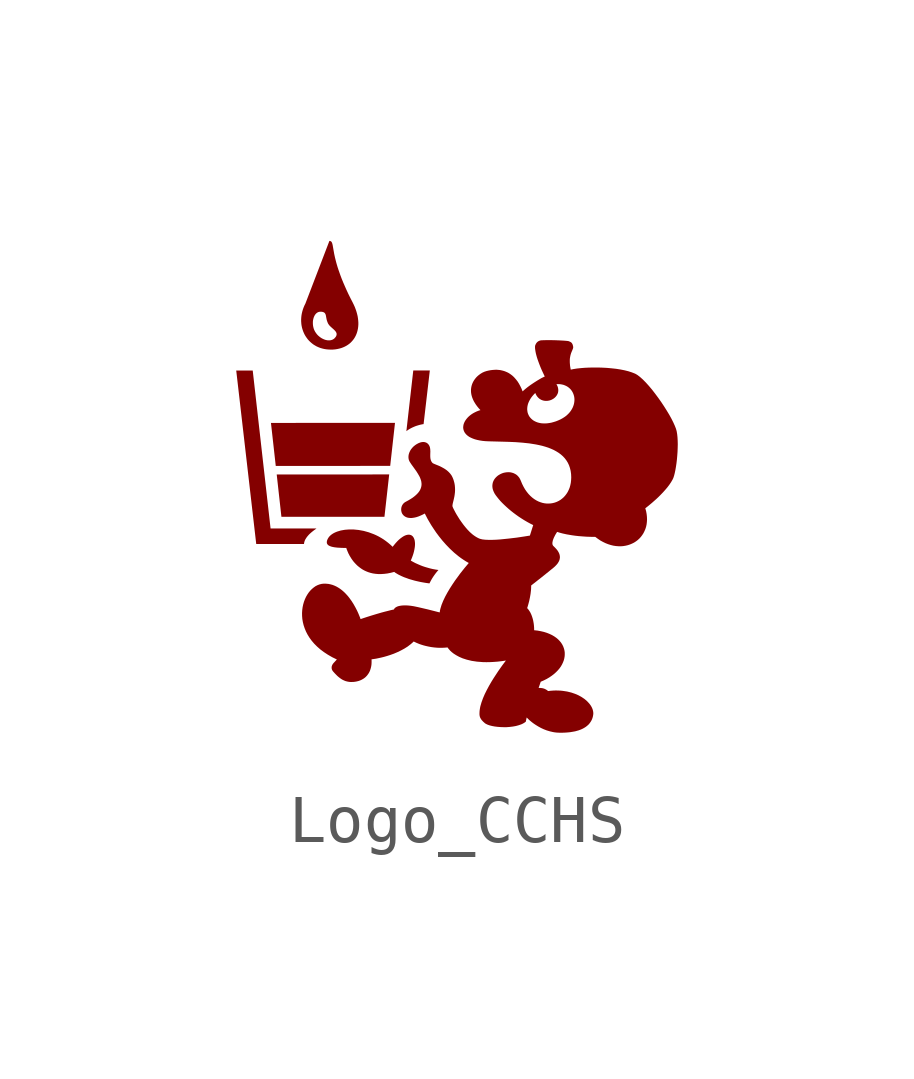
<source format=kicad_sym>
(kicad_symbol_lib
  (version 20241209)
  (generator "kicad_symbol_editor")
  (generator_version "9.0")
  (symbol "Logo_CCHS"
    (property "Reference" "G"
      (at 0 -7.62 0)
      (effects (font (size 1.27 1.27)) (hide yes)))
    (property "Value" ""
      (at 0 0 0)
      (effects (font (size 1.27 1.27))))
    (symbol "Logo_CCHS_1_0"
      (polyline (pts (xy -4.358 2.525) (xy -3.986 -0.768) (xy -3.029 -0.768) (xy -3.054 -0.786) (xy -3.079 -0.804) (xy -3.103 -0.823) (xy -3.127 -0.842) (xy -3.149 -0.861) (xy -3.17 -0.88) (xy -3.19 -0.9) (xy -3.208 -0.921) (xy -3.225 -0.941) (xy -3.24 -0.962) (xy -3.253 -0.983) (xy -3.26 -0.993) (xy -3.265 -1.004) (xy -3.27 -1.014) (xy -3.274 -1.025) (xy -3.278 -1.036) (xy -3.282 -1.047) (xy -3.284 -1.058) (xy -3.287 -1.069) (xy -3.288 -1.079) (xy -3.289 -1.091) (xy -4.285 -1.091) (xy -4.702 2.525) (xy -4.358 2.525) (xy -4.358 2.525)) (stroke (width -0.0001) (type solid)) (fill (type outline)))
      (polyline (pts (xy -2.748 5.226) (xy -2.737 5.223) (xy -2.733 5.221) (xy -2.728 5.218) (xy -2.72 5.212) (xy -2.714 5.204) (xy -2.708 5.194) (xy -2.703 5.181) (xy -2.698 5.166) (xy -2.694 5.149) (xy -2.69 5.13) (xy -2.682 5.084) (xy -2.672 5.027) (xy -2.66 4.959) (xy -2.652 4.921) (xy -2.643 4.88) (xy -2.632 4.836) (xy -2.62 4.788) (xy -2.606 4.738) (xy -2.59 4.684) (xy -2.571 4.626) (xy -2.55 4.566) (xy -2.527 4.501) (xy -2.501 4.433) (xy -2.472 4.362) (xy -2.439 4.286) (xy -2.404 4.207) (xy -2.365 4.123) (xy -2.322 4.036) (xy -2.275 3.945) (xy -2.251 3.896) (xy -2.229 3.847) (xy -2.211 3.799) (xy -2.195 3.751) (xy -2.182 3.704) (xy -2.171 3.658) (xy -2.164 3.613) (xy -2.159 3.568) (xy -2.156 3.525) (xy -2.156 3.483) (xy -2.159 3.442) (xy -2.164 3.402) (xy -2.172 3.363) (xy -2.182 3.325) (xy -2.194 3.29) (xy -2.209 3.255) (xy -2.226 3.222) (xy -2.245 3.191) (xy -2.267 3.161) (xy -2.291 3.133) (xy -2.316 3.107) (xy -2.344 3.083) (xy -2.374 3.061) (xy -2.406 3.041) (xy -2.44 3.023) (xy -2.476 3.007) (xy -2.514 2.993) (xy -2.554 2.982) (xy -2.595 2.973) (xy -2.639 2.966) (xy -2.684 2.962) (xy -2.731 2.961) (xy -2.777 2.963) (xy -2.823 2.967) (xy -2.867 2.974) (xy -2.909 2.984) (xy -2.95 2.996) (xy -2.988 3.011) (xy -3.026 3.028) (xy -3.061 3.048) (xy -3.095 3.069) (xy -3.126 3.093) (xy -3.156 3.119) (xy -3.184 3.146) (xy -3.21 3.175) (xy -3.233 3.206) (xy -3.255 3.238) (xy -3.275 3.272) (xy -3.292 3.307) (xy -3.307 3.343) (xy -3.32 3.381) (xy -3.331 3.419) (xy -3.339 3.458) (xy -3.345 3.498) (xy -3.346 3.52) (xy -3.104 3.52) (xy -3.104 3.502) (xy -3.103 3.485) (xy -3.101 3.467) (xy -3.099 3.45) (xy -3.095 3.433) (xy -3.091 3.415) (xy -3.086 3.398) (xy -3.08 3.381) (xy -3.073 3.365) (xy -3.065 3.349) (xy -3.057 3.334) (xy -3.047 3.319) (xy -3.037 3.304) (xy -3.027 3.291) (xy -3.016 3.277) (xy -3.004 3.264) (xy -2.992 3.252) (xy -2.979 3.241) (xy -2.966 3.23) (xy -2.953 3.22) (xy -2.939 3.21) (xy -2.925 3.201) (xy -2.911 3.193) (xy -2.897 3.186) (xy -2.882 3.179) (xy -2.868 3.173) (xy -2.853 3.168) (xy -2.839 3.163) (xy -2.824 3.16) (xy -2.81 3.157) (xy -2.795 3.155) (xy -2.781 3.154) (xy -2.767 3.154) (xy -2.753 3.154) (xy -2.74 3.156) (xy -2.727 3.158) (xy -2.714 3.162) (xy -2.702 3.166) (xy -2.69 3.171) (xy -2.678 3.178) (xy -2.667 3.185) (xy -2.657 3.193) (xy -2.648 3.203) (xy -2.637 3.215) (xy -2.628 3.227) (xy -2.621 3.238) (xy -2.616 3.249) (xy -2.612 3.26) (xy -2.61 3.271) (xy -2.609 3.281) (xy -2.609 3.291) (xy -2.611 3.3) (xy -2.614 3.309) (xy -2.618 3.319) (xy -2.622 3.328) (xy -2.628 3.336) (xy -2.635 3.345) (xy -2.642 3.354) (xy -2.65 3.362) (xy -2.667 3.379) (xy -2.686 3.396) (xy -2.724 3.43) (xy -2.743 3.448) (xy -2.752 3.457) (xy -2.76 3.466) (xy -2.768 3.476) (xy -2.775 3.486) (xy -2.782 3.496) (xy -2.788 3.506) (xy -2.794 3.519) (xy -2.799 3.532) (xy -2.808 3.556) (xy -2.815 3.579) (xy -2.82 3.602) (xy -2.828 3.643) (xy -2.831 3.662) (xy -2.835 3.68) (xy -2.84 3.695) (xy -2.843 3.703) (xy -2.847 3.709) (xy -2.851 3.716) (xy -2.855 3.722) (xy -2.861 3.727) (xy -2.866 3.732) (xy -2.873 3.736) (xy -2.88 3.74) (xy -2.889 3.743) (xy -2.898 3.746) (xy -2.908 3.748) (xy -2.92 3.75) (xy -2.932 3.751) (xy -2.946 3.751) (xy -2.96 3.75) (xy -2.973 3.748) (xy -2.986 3.745) (xy -2.998 3.74) (xy -3.01 3.734) (xy -3.021 3.726) (xy -3.031 3.718) (xy -3.041 3.709) (xy -3.05 3.698) (xy -3.058 3.687) (xy -3.066 3.675) (xy -3.073 3.662) (xy -3.079 3.648) (xy -3.085 3.634) (xy -3.09 3.619) (xy -3.094 3.603) (xy -3.098 3.587) (xy -3.101 3.571) (xy -3.103 3.554) (xy -3.104 3.537) (xy -3.104 3.52) (xy -3.346 3.52) (xy -3.348 3.539) (xy -3.349 3.581) (xy -3.347 3.623) (xy -3.343 3.665) (xy -3.336 3.708) (xy -3.326 3.751) (xy -3.314 3.793) (xy -3.299 3.836) (xy -3.281 3.879) (xy -3.26 3.921) (xy -2.76 5.226) (xy -2.748 5.226)) (stroke (width -0.0001) (type solid)) (fill (type outline)))
      (polyline (pts (xy -2.25 -0.789) (xy -2.15 -0.799) (xy -2.046 -0.818) (xy -1.941 -0.847) (xy -1.836 -0.886) (xy -1.784 -0.909) (xy -1.732 -0.935) (xy -1.681 -0.964) (xy -1.631 -0.995) (xy -1.582 -1.03) (xy -1.534 -1.067) (xy -1.487 -1.107) (xy -1.441 -1.15) (xy -1.409 -1.109) (xy -1.377 -1.071) (xy -1.346 -1.037) (xy -1.316 -1.007) (xy -1.286 -0.981) (xy -1.257 -0.959) (xy -1.23 -0.94) (xy -1.203 -0.924) (xy -1.177 -0.912) (xy -1.153 -0.904) (xy -1.129 -0.899) (xy -1.107 -0.897) (xy -1.087 -0.898) (xy -1.068 -0.903) (xy -1.05 -0.91) (xy -1.035 -0.921) (xy -1.02 -0.934) (xy -1.008 -0.951) (xy -0.998 -0.97) (xy -0.989 -0.991) (xy -0.982 -1.016) (xy -0.978 -1.043) (xy -0.975 -1.072) (xy -0.975 -1.104) (xy -0.977 -1.138) (xy -0.982 -1.175) (xy -0.989 -1.213) (xy -0.998 -1.254) (xy -1.01 -1.297) (xy -1.025 -1.342) (xy -1.043 -1.389) (xy -1.063 -1.437) (xy -1.019 -1.462) (xy -0.968 -1.489) (xy -0.898 -1.52) (xy -0.858 -1.537) (xy -0.814 -1.554) (xy -0.766 -1.57) (xy -0.715 -1.585) (xy -0.662 -1.6) (xy -0.606 -1.613) (xy -0.547 -1.624) (xy -0.486 -1.633) (xy -0.504 -1.653) (xy -0.523 -1.676) (xy -0.549 -1.709) (xy -0.578 -1.749) (xy -0.594 -1.772) (xy -0.61 -1.797) (xy -0.626 -1.823) (xy -0.642 -1.852) (xy -0.658 -1.882) (xy -0.674 -1.913) (xy -0.724 -1.906) (xy -0.771 -1.899) (xy -0.816 -1.891) (xy -0.86 -1.883) (xy -0.901 -1.874) (xy -0.941 -1.865) (xy -0.979 -1.856) (xy -1.015 -1.846) (xy -1.049 -1.836) (xy -1.081 -1.827) (xy -1.112 -1.817) (xy -1.141 -1.806) (xy -1.169 -1.796) (xy -1.195 -1.787) (xy -1.219 -1.777) (xy -1.242 -1.767) (xy -1.262 -1.758) (xy -1.282 -1.748) (xy -1.317 -1.731) (xy -1.345 -1.715) (xy -1.368 -1.701) (xy -1.386 -1.69) (xy -1.398 -1.681) (xy -1.407 -1.673) (xy -1.481 -1.692) (xy -1.551 -1.706) (xy -1.618 -1.714) (xy -1.681 -1.718) (xy -1.742 -1.718) (xy -1.799 -1.713) (xy -1.853 -1.705) (xy -1.903 -1.693) (xy -1.951 -1.678) (xy -1.996 -1.66) (xy -2.038 -1.64) (xy -2.078 -1.617) (xy -2.114 -1.592) (xy -2.148 -1.566) (xy -2.18 -1.539) (xy -2.209 -1.51) (xy -2.236 -1.481) (xy -2.261 -1.452) (xy -2.283 -1.422) (xy -2.303 -1.393) (xy -2.338 -1.336) (xy -2.365 -1.284) (xy -2.384 -1.239) (xy -2.398 -1.204) (xy -2.408 -1.173) (xy -2.471 -1.173) (xy -2.501 -1.172) (xy -2.529 -1.171) (xy -2.555 -1.169) (xy -2.581 -1.168) (xy -2.604 -1.166) (xy -2.627 -1.163) (xy -2.648 -1.161) (xy -2.668 -1.157) (xy -2.686 -1.154) (xy -2.703 -1.15) (xy -2.719 -1.146) (xy -2.733 -1.141) (xy -2.746 -1.136) (xy -2.758 -1.131) (xy -2.769 -1.125) (xy -2.779 -1.119) (xy -2.787 -1.113) (xy -2.794 -1.106) (xy -2.8 -1.098) (xy -2.805 -1.091) (xy -2.809 -1.082) (xy -2.812 -1.074) (xy -2.813 -1.065) (xy -2.814 -1.055) (xy -2.813 -1.046) (xy -2.812 -1.035) (xy -2.81 -1.024) (xy -2.806 -1.013) (xy -2.802 -1.002) (xy -2.797 -0.99) (xy -2.783 -0.965) (xy -2.766 -0.941) (xy -2.745 -0.919) (xy -2.722 -0.899) (xy -2.695 -0.88) (xy -2.665 -0.862) (xy -2.633 -0.847) (xy -2.599 -0.833) (xy -2.522 -0.81) (xy -2.438 -0.795) (xy -2.347 -0.788) (xy -2.25 -0.789)) (stroke (width -0.0001) (type solid)) (fill (type outline)))
      (polyline (pts (xy -1.612 -0.525) (xy -3.76 -0.525) (xy -3.858 0.358) (xy -1.513 0.359) (xy -1.612 -0.525)) (stroke (width -0.0001) (type solid)) (fill (type outline)))
      (polyline (pts (xy -1.492 0.537) (xy -3.878 0.536) (xy -3.978 1.433) (xy -1.392 1.434) (xy -1.492 0.537)) (stroke (width -0.0001) (type solid)) (fill (type outline)))
      (polyline (pts (xy -0.796 1.408) (xy -0.818 1.405) (xy -0.842 1.4) (xy -0.865 1.395) (xy -0.888 1.389) (xy -0.912 1.382) (xy -0.935 1.375) (xy -0.959 1.367) (xy -0.982 1.358) (xy -1.005 1.348) (xy -1.028 1.338) (xy -1.05 1.327) (xy -1.073 1.315) (xy -1.094 1.303) (xy -1.115 1.29) (xy -1.135 1.276) (xy -1.155 1.261) (xy -1.011 2.526) (xy -0.666 2.526) (xy -0.796 1.408)) (stroke (width -0.0001) (type solid)) (fill (type outline)))
      (polyline (pts (xy 1.938 3.157) (xy 2.04 3.153) (xy 2.131 3.148) (xy 2.199 3.142) (xy 2.221 3.139) (xy 2.235 3.135) (xy 2.249 3.128) (xy 2.256 3.125) (xy 2.263 3.122) (xy 2.27 3.118) (xy 2.276 3.114) (xy 2.279 3.112) (xy 2.282 3.11) (xy 2.285 3.107) (xy 2.288 3.104) (xy 2.29 3.102) (xy 2.293 3.098) (xy 2.296 3.095) (xy 2.298 3.091) (xy 2.301 3.087) (xy 2.303 3.083) (xy 2.305 3.079) (xy 2.308 3.074) (xy 2.31 3.069) (xy 2.312 3.063) (xy 2.314 3.057) (xy 2.316 3.051) (xy 2.317 3.044) (xy 2.319 3.037) (xy 2.321 3.029) (xy 2.322 3.021) (xy 2.323 3.014) (xy 2.323 3.007) (xy 2.322 3) (xy 2.321 2.993) (xy 2.319 2.986) (xy 2.316 2.978) (xy 2.31 2.962) (xy 2.294 2.924) (xy 2.285 2.902) (xy 2.28 2.89) (xy 2.276 2.877) (xy 2.272 2.864) (xy 2.268 2.85) (xy 2.264 2.834) (xy 2.261 2.818) (xy 2.258 2.802) (xy 2.255 2.784) (xy 2.253 2.765) (xy 2.252 2.745) (xy 2.252 2.724) (xy 2.252 2.702) (xy 2.253 2.679) (xy 2.255 2.655) (xy 2.257 2.629) (xy 2.261 2.602) (xy 2.266 2.574) (xy 2.272 2.544) (xy 2.333 2.556) (xy 2.402 2.567) (xy 2.479 2.575) (xy 2.562 2.582) (xy 2.65 2.586) (xy 2.742 2.588) (xy 2.836 2.588) (xy 2.932 2.585) (xy 3.028 2.58) (xy 3.124 2.571) (xy 3.217 2.561) (xy 3.307 2.547) (xy 3.393 2.53) (xy 3.473 2.51) (xy 3.547 2.486) (xy 3.613 2.46) (xy 3.637 2.447) (xy 3.663 2.431) (xy 3.69 2.411) (xy 3.718 2.389) (xy 3.776 2.337) (xy 3.838 2.274) (xy 3.902 2.203) (xy 3.967 2.126) (xy 4.031 2.043) (xy 4.095 1.957) (xy 4.158 1.868) (xy 4.217 1.779) (xy 4.273 1.69) (xy 4.325 1.604) (xy 4.371 1.521) (xy 4.41 1.443) (xy 4.442 1.372) (xy 4.466 1.31) (xy 4.48 1.26) (xy 4.49 1.201) (xy 4.497 1.136) (xy 4.501 1.065) (xy 4.503 0.989) (xy 4.501 0.91) (xy 4.498 0.83) (xy 4.492 0.749) (xy 4.485 0.669) (xy 4.476 0.592) (xy 4.465 0.518) (xy 4.453 0.449) (xy 4.44 0.387) (xy 4.426 0.332) (xy 4.411 0.286) (xy 4.395 0.252) (xy 4.363 0.197) (xy 4.326 0.142) (xy 4.285 0.088) (xy 4.24 0.035) (xy 4.194 -0.016) (xy 4.146 -0.066) (xy 4.099 -0.113) (xy 4.052 -0.157) (xy 3.965 -0.234) (xy 3.893 -0.294) (xy 3.826 -0.347) (xy 3.843 -0.408) (xy 3.854 -0.467) (xy 3.86 -0.524) (xy 3.862 -0.58) (xy 3.859 -0.633) (xy 3.853 -0.684) (xy 3.842 -0.734) (xy 3.827 -0.781) (xy 3.808 -0.825) (xy 3.787 -0.867) (xy 3.761 -0.907) (xy 3.733 -0.944) (xy 3.702 -0.978) (xy 3.668 -1.009) (xy 3.631 -1.037) (xy 3.592 -1.062) (xy 3.55 -1.083) (xy 3.507 -1.101) (xy 3.462 -1.116) (xy 3.415 -1.127) (xy 3.366 -1.135) (xy 3.316 -1.139) (xy 3.265 -1.138) (xy 3.213 -1.134) (xy 3.16 -1.126) (xy 3.107 -1.113) (xy 3.053 -1.096) (xy 2.999 -1.075) (xy 2.945 -1.049) (xy 2.89 -1.019) (xy 2.837 -0.983) (xy 2.783 -0.943) (xy 2.688 -0.942) (xy 2.599 -0.939) (xy 2.515 -0.933) (xy 2.438 -0.927) (xy 2.366 -0.919) (xy 2.301 -0.91) (xy 2.189 -0.891) (xy 2.102 -0.872) (xy 2.039 -0.855) (xy 1.989 -0.839) (xy 1.982 -0.848) (xy 1.966 -0.874) (xy 1.955 -0.892) (xy 1.944 -0.912) (xy 1.933 -0.934) (xy 1.921 -0.958) (xy 1.911 -0.982) (xy 1.902 -1.007) (xy 1.898 -1.019) (xy 1.895 -1.032) (xy 1.893 -1.044) (xy 1.891 -1.055) (xy 1.889 -1.067) (xy 1.889 -1.078) (xy 1.89 -1.088) (xy 1.891 -1.098) (xy 1.894 -1.108) (xy 1.898 -1.117) (xy 1.903 -1.125) (xy 1.909 -1.132) (xy 1.941 -1.164) (xy 1.959 -1.183) (xy 1.977 -1.203) (xy 1.995 -1.226) (xy 2.003 -1.238) (xy 2.011 -1.251) (xy 2.018 -1.264) (xy 2.025 -1.277) (xy 2.031 -1.291) (xy 2.036 -1.305) (xy 2.04 -1.32) (xy 2.043 -1.335) (xy 2.045 -1.35) (xy 2.046 -1.366) (xy 2.045 -1.382) (xy 2.042 -1.399) (xy 2.039 -1.416) (xy 2.033 -1.433) (xy 2.026 -1.451) (xy 2.016 -1.468) (xy 2.005 -1.487) (xy 1.992 -1.505) (xy 1.976 -1.524) (xy 1.958 -1.543) (xy 1.938 -1.563) (xy 1.915 -1.583) (xy 1.757 -1.711) (xy 1.605 -1.832) (xy 1.447 -1.956) (xy 1.446 -2.001) (xy 1.444 -2.045) (xy 1.439 -2.089) (xy 1.434 -2.131) (xy 1.427 -2.172) (xy 1.42 -2.211) (xy 1.405 -2.282) (xy 1.389 -2.342) (xy 1.376 -2.388) (xy 1.363 -2.428) (xy 1.377 -2.443) (xy 1.39 -2.459) (xy 1.402 -2.476) (xy 1.413 -2.493) (xy 1.424 -2.51) (xy 1.434 -2.529) (xy 1.451 -2.566) (xy 1.465 -2.604) (xy 1.477 -2.642) (xy 1.487 -2.68) (xy 1.494 -2.717) (xy 1.5 -2.752) (xy 1.504 -2.784) (xy 1.508 -2.839) (xy 1.509 -2.889) (xy 1.582 -2.897) (xy 1.651 -2.91) (xy 1.715 -2.925) (xy 1.775 -2.944) (xy 1.83 -2.966) (xy 1.881 -2.99) (xy 1.927 -3.017) (xy 1.97 -3.047) (xy 2.007 -3.078) (xy 2.04 -3.112) (xy 2.069 -3.147) (xy 2.093 -3.184) (xy 2.113 -3.223) (xy 2.128 -3.263) (xy 2.139 -3.303) (xy 2.146 -3.345) (xy 2.147 -3.387) (xy 2.145 -3.43) (xy 2.138 -3.473) (xy 2.127 -3.516) (xy 2.111 -3.558) (xy 2.091 -3.601) (xy 2.067 -3.643) (xy 2.038 -3.684) (xy 2.004 -3.724) (xy 1.966 -3.763) (xy 1.924 -3.801) (xy 1.877 -3.837) (xy 1.826 -3.872) (xy 1.77 -3.905) (xy 1.71 -3.935) (xy 1.646 -3.963) (xy 1.602 -4.093) (xy 1.613 -4.092) (xy 1.624 -4.092) (xy 1.635 -4.092) (xy 1.646 -4.093) (xy 1.666 -4.095) (xy 1.685 -4.098) (xy 1.703 -4.103) (xy 1.719 -4.108) (xy 1.734 -4.114) (xy 1.747 -4.121) (xy 1.759 -4.127) (xy 1.77 -4.134) (xy 1.779 -4.14) (xy 1.786 -4.146) (xy 1.796 -4.154) (xy 1.8 -4.157) (xy 1.854 -4.151) (xy 1.906 -4.147) (xy 1.958 -4.145) (xy 2.008 -4.146) (xy 2.057 -4.148) (xy 2.105 -4.153) (xy 2.197 -4.167) (xy 2.283 -4.188) (xy 2.362 -4.215) (xy 2.436 -4.247) (xy 2.502 -4.284) (xy 2.561 -4.324) (xy 2.612 -4.368) (xy 2.656 -4.415) (xy 2.691 -4.462) (xy 2.705 -4.487) (xy 2.717 -4.511) (xy 2.727 -4.536) (xy 2.734 -4.561) (xy 2.739 -4.585) (xy 2.742 -4.61) (xy 2.742 -4.634) (xy 2.739 -4.657) (xy 2.735 -4.681) (xy 2.729 -4.705) (xy 2.722 -4.727) (xy 2.714 -4.748) (xy 2.704 -4.769) (xy 2.693 -4.789) (xy 2.681 -4.807) (xy 2.668 -4.825) (xy 2.654 -4.843) (xy 2.639 -4.859) (xy 2.622 -4.874) (xy 2.604 -4.889) (xy 2.586 -4.903) (xy 2.566 -4.916) (xy 2.546 -4.928) (xy 2.524 -4.94) (xy 2.501 -4.951) (xy 2.478 -4.961) (xy 2.453 -4.97) (xy 2.428 -4.979) (xy 2.401 -4.986) (xy 2.374 -4.994) (xy 2.346 -5) (xy 2.317 -5.005) (xy 2.287 -5.01) (xy 2.257 -5.015) (xy 2.225 -5.018) (xy 2.193 -5.021) (xy 2.127 -5.025) (xy 2.058 -5.026) (xy 2.019 -5.025) (xy 1.981 -5.023) (xy 1.944 -5.019) (xy 1.907 -5.013) (xy 1.871 -5.005) (xy 1.837 -4.997) (xy 1.77 -4.977) (xy 1.708 -4.953) (xy 1.65 -4.926) (xy 1.597 -4.897) (xy 1.548 -4.867) (xy 1.504 -4.838) (xy 1.465 -4.809) (xy 1.432 -4.782) (xy 1.404 -4.758) (xy 1.353 -4.708) (xy 1.334 -4.797) (xy 1.313 -4.812) (xy 1.291 -4.826) (xy 1.267 -4.839) (xy 1.241 -4.851) (xy 1.186 -4.87) (xy 1.127 -4.886) (xy 1.065 -4.897) (xy 1 -4.905) (xy 0.935 -4.91) (xy 0.87 -4.91) (xy 0.807 -4.908) (xy 0.745 -4.903) (xy 0.687 -4.896) (xy 0.633 -4.886) (xy 0.585 -4.874) (xy 0.543 -4.86) (xy 0.509 -4.844) (xy 0.495 -4.836) (xy 0.483 -4.828) (xy 0.464 -4.811) (xy 0.446 -4.795) (xy 0.431 -4.779) (xy 0.424 -4.771) (xy 0.417 -4.764) (xy 0.411 -4.756) (xy 0.406 -4.749) (xy 0.401 -4.741) (xy 0.396 -4.734) (xy 0.392 -4.726) (xy 0.388 -4.719) (xy 0.384 -4.711) (xy 0.381 -4.704) (xy 0.378 -4.696) (xy 0.376 -4.688) (xy 0.374 -4.68) (xy 0.372 -4.671) (xy 0.371 -4.663) (xy 0.37 -4.654) (xy 0.369 -4.645) (xy 0.369 -4.636) (xy 0.369 -4.617) (xy 0.37 -4.596) (xy 0.371 -4.574) (xy 0.374 -4.55) (xy 0.38 -4.511) (xy 0.388 -4.472) (xy 0.412 -4.39) (xy 0.443 -4.305) (xy 0.48 -4.219) (xy 0.523 -4.133) (xy 0.569 -4.047) (xy 0.617 -3.964) (xy 0.666 -3.885) (xy 0.761 -3.74) (xy 0.842 -3.625) (xy 0.92 -3.521) (xy 0.831 -3.534) (xy 0.745 -3.544) (xy 0.664 -3.55) (xy 0.587 -3.554) (xy 0.514 -3.555) (xy 0.444 -3.554) (xy 0.317 -3.544) (xy 0.204 -3.527) (xy 0.105 -3.503) (xy 0.018 -3.475) (xy -0.056 -3.443) (xy -0.118 -3.409) (xy -0.17 -3.376) (xy -0.212 -3.343) (xy -0.244 -3.313) (xy -0.284 -3.266) (xy -0.296 -3.248) (xy -0.371 -3.254) (xy -0.442 -3.256) (xy -0.511 -3.254) (xy -0.576 -3.248) (xy -0.638 -3.24) (xy -0.696 -3.229) (xy -0.75 -3.217) (xy -0.8 -3.204) (xy -0.845 -3.19) (xy -0.885 -3.176) (xy -0.948 -3.15) (xy -1.002 -3.124) (xy -1.032 -3.152) (xy -1.063 -3.179) (xy -1.128 -3.229) (xy -1.198 -3.273) (xy -1.27 -3.312) (xy -1.343 -3.347) (xy -1.416 -3.378) (xy -1.488 -3.404) (xy -1.557 -3.426) (xy -1.623 -3.445) (xy -1.684 -3.46) (xy -1.787 -3.482) (xy -1.881 -3.496) (xy -1.88 -3.526) (xy -1.88 -3.555) (xy -1.881 -3.583) (xy -1.883 -3.609) (xy -1.887 -3.635) (xy -1.892 -3.66) (xy -1.898 -3.684) (xy -1.905 -3.706) (xy -1.912 -3.728) (xy -1.921 -3.749) (xy -1.931 -3.769) (xy -1.942 -3.788) (xy -1.954 -3.805) (xy -1.966 -3.822) (xy -1.979 -3.838) (xy -1.993 -3.853) (xy -2.008 -3.868) (xy -2.024 -3.881) (xy -2.04 -3.893) (xy -2.057 -3.904) (xy -2.075 -3.914) (xy -2.093 -3.924) (xy -2.111 -3.932) (xy -2.131 -3.94) (xy -2.151 -3.947) (xy -2.171 -3.952) (xy -2.191 -3.957) (xy -2.212 -3.961) (xy -2.255 -3.967) (xy -2.3 -3.968) (xy -2.318 -3.968) (xy -2.335 -3.967) (xy -2.353 -3.965) (xy -2.369 -3.962) (xy -2.386 -3.959) (xy -2.401 -3.955) (xy -2.417 -3.951) (xy -2.432 -3.946) (xy -2.46 -3.934) (xy -2.487 -3.921) (xy -2.512 -3.906) (xy -2.535 -3.89) (xy -2.557 -3.873) (xy -2.578 -3.856) (xy -2.597 -3.839) (xy -2.615 -3.821) (xy -2.648 -3.787) (xy -2.676 -3.756) (xy -2.683 -3.748) (xy -2.69 -3.739) (xy -2.696 -3.73) (xy -2.701 -3.721) (xy -2.705 -3.713) (xy -2.708 -3.704) (xy -2.71 -3.696) (xy -2.712 -3.687) (xy -2.713 -3.679) (xy -2.713 -3.671) (xy -2.713 -3.663) (xy -2.713 -3.656) (xy -2.712 -3.648) (xy -2.71 -3.641) (xy -2.706 -3.628) (xy -2.701 -3.615) (xy -2.695 -3.604) (xy -2.689 -3.594) (xy -2.683 -3.586) (xy -2.674 -3.574) (xy -2.67 -3.57) (xy -2.604 -3.499) (xy -2.702 -3.451) (xy -2.792 -3.399) (xy -2.874 -3.345) (xy -2.949 -3.289) (xy -3.016 -3.23) (xy -3.076 -3.17) (xy -3.129 -3.108) (xy -3.175 -3.045) (xy -3.215 -2.98) (xy -3.248 -2.916) (xy -3.275 -2.85) (xy -3.297 -2.785) (xy -3.313 -2.72) (xy -3.324 -2.655) (xy -3.329 -2.592) (xy -3.33 -2.529) (xy -3.326 -2.468) (xy -3.318 -2.408) (xy -3.306 -2.351) (xy -3.29 -2.296) (xy -3.27 -2.243) (xy -3.247 -2.193) (xy -3.22 -2.146) (xy -3.191 -2.103) (xy -3.159 -2.064) (xy -3.124 -2.029) (xy -3.087 -1.998) (xy -3.049 -1.971) (xy -3.008 -1.95) (xy -2.966 -1.934) (xy -2.922 -1.923) (xy -2.878 -1.918) (xy -2.829 -1.919) (xy -2.783 -1.923) (xy -2.738 -1.932) (xy -2.694 -1.944) (xy -2.653 -1.96) (xy -2.612 -1.979) (xy -2.574 -2.001) (xy -2.537 -2.025) (xy -2.501 -2.052) (xy -2.467 -2.081) (xy -2.435 -2.111) (xy -2.405 -2.143) (xy -2.375 -2.176) (xy -2.348 -2.21) (xy -2.297 -2.28) (xy -2.253 -2.35) (xy -2.215 -2.418) (xy -2.182 -2.482) (xy -2.156 -2.539) (xy -2.121 -2.624) (xy -2.11 -2.657) (xy -2.051 -2.637) (xy -1.984 -2.615) (xy -1.896 -2.587) (xy -1.791 -2.555) (xy -1.674 -2.521) (xy -1.611 -2.504) (xy -1.547 -2.488) (xy -1.481 -2.471) (xy -1.414 -2.456) (xy -1.412 -2.451) (xy -1.409 -2.445) (xy -1.407 -2.442) (xy -1.405 -2.438) (xy -1.402 -2.434) (xy -1.398 -2.43) (xy -1.394 -2.426) (xy -1.389 -2.421) (xy -1.383 -2.417) (xy -1.376 -2.412) (xy -1.369 -2.408) (xy -1.36 -2.403) (xy -1.351 -2.398) (xy -1.341 -2.394) (xy -1.329 -2.39) (xy -1.317 -2.386) (xy -1.303 -2.383) (xy -1.288 -2.38) (xy -1.272 -2.377) (xy -1.255 -2.375) (xy -1.237 -2.373) (xy -1.217 -2.372) (xy -1.195 -2.371) (xy -1.172 -2.371) (xy -1.148 -2.372) (xy -1.122 -2.373) (xy -1.094 -2.376) (xy -1.065 -2.379) (xy -1 -2.389) (xy -0.914 -2.407) (xy -0.712 -2.454) (xy -0.46 -2.518) (xy -0.455 -2.48) (xy -0.446 -2.441) (xy -0.421 -2.359) (xy -0.387 -2.275) (xy -0.346 -2.189) (xy -0.299 -2.103) (xy -0.248 -2.017) (xy -0.194 -1.933) (xy -0.14 -1.853) (xy -0.034 -1.708) (xy 0.058 -1.592) (xy 0.146 -1.487) (xy 0.091 -1.456) (xy 0.038 -1.422) (xy -0.014 -1.387) (xy -0.064 -1.35) (xy -0.159 -1.272) (xy -0.247 -1.19) (xy -0.329 -1.105) (xy -0.405 -1.019) (xy -0.473 -0.934) (xy -0.535 -0.851) (xy -0.589 -0.771) (xy -0.637 -0.698) (xy -0.711 -0.572) (xy -0.771 -0.456) (xy -0.817 -0.48) (xy -0.861 -0.5) (xy -0.902 -0.517) (xy -0.941 -0.53) (xy -0.977 -0.539) (xy -1.011 -0.545) (xy -1.043 -0.549) (xy -1.073 -0.549) (xy -1.1 -0.547) (xy -1.125 -0.543) (xy -1.148 -0.536) (xy -1.169 -0.527) (xy -1.188 -0.516) (xy -1.204 -0.504) (xy -1.219 -0.49) (xy -1.231 -0.475) (xy -1.242 -0.459) (xy -1.25 -0.442) (xy -1.256 -0.424) (xy -1.26 -0.405) (xy -1.263 -0.387) (xy -1.263 -0.368) (xy -1.262 -0.349) (xy -1.259 -0.33) (xy -1.254 -0.312) (xy -1.247 -0.294) (xy -1.238 -0.277) (xy -1.227 -0.261) (xy -1.215 -0.246) (xy -1.201 -0.233) (xy -1.185 -0.221) (xy -1.168 -0.211) (xy -1.116 -0.183) (xy -1.069 -0.155) (xy -1.027 -0.128) (xy -0.99 -0.1) (xy -0.957 -0.072) (xy -0.929 -0.045) (xy -0.905 -0.018) (xy -0.885 0.009) (xy -0.869 0.036) (xy -0.857 0.063) (xy -0.848 0.09) (xy -0.842 0.116) (xy -0.839 0.143) (xy -0.839 0.169) (xy -0.842 0.195) (xy -0.846 0.221) (xy -0.854 0.247) (xy -0.863 0.273) (xy -0.873 0.298) (xy -0.886 0.324) (xy -0.915 0.374) (xy -0.947 0.425) (xy -1.017 0.523) (xy -1.052 0.571) (xy -1.083 0.619) (xy -1.089 0.629) (xy -1.094 0.639) (xy -1.098 0.649) (xy -1.102 0.659) (xy -1.105 0.669) (xy -1.108 0.68) (xy -1.109 0.691) (xy -1.111 0.702) (xy -1.111 0.713) (xy -1.112 0.724) (xy -1.111 0.736) (xy -1.11 0.747) (xy -1.109 0.759) (xy -1.107 0.77) (xy -1.104 0.781) (xy -1.101 0.793) (xy -1.097 0.804) (xy -1.093 0.816) (xy -1.083 0.838) (xy -1.072 0.86) (xy -1.058 0.882) (xy -1.042 0.902) (xy -1.025 0.922) (xy -1.016 0.932) (xy -1.006 0.941) (xy -0.996 0.95) (xy -0.986 0.958) (xy -0.972 0.969) (xy -0.958 0.979) (xy -0.944 0.988) (xy -0.93 0.996) (xy -0.917 1.003) (xy -0.904 1.01) (xy -0.891 1.015) (xy -0.879 1.02) (xy -0.866 1.025) (xy -0.854 1.028) (xy -0.842 1.031) (xy -0.831 1.033) (xy -0.82 1.034) (xy -0.808 1.035) (xy -0.798 1.035) (xy -0.787 1.034) (xy -0.777 1.033) (xy -0.768 1.031) (xy -0.758 1.028) (xy -0.749 1.025) (xy -0.741 1.022) (xy -0.732 1.017) (xy -0.724 1.012) (xy -0.717 1.007) (xy -0.71 1.001) (xy -0.703 0.994) (xy -0.697 0.987) (xy -0.691 0.98) (xy -0.685 0.972) (xy -0.68 0.963) (xy -0.676 0.954) (xy -0.671 0.945) (xy -0.668 0.934) (xy -0.664 0.924) (xy -0.662 0.913) (xy -0.66 0.902) (xy -0.657 0.88) (xy -0.656 0.857) (xy -0.655 0.834) (xy -0.656 0.811) (xy -0.657 0.764) (xy -0.657 0.741) (xy -0.656 0.718) (xy -0.654 0.696) (xy -0.65 0.674) (xy -0.647 0.664) (xy -0.644 0.654) (xy -0.64 0.644) (xy -0.636 0.634) (xy -0.63 0.625) (xy -0.624 0.615) (xy -0.617 0.606) (xy -0.609 0.598) (xy -0.605 0.594) (xy -0.599 0.591) (xy -0.584 0.583) (xy -0.541 0.565) (xy -0.484 0.542) (xy -0.452 0.528) (xy -0.419 0.511) (xy -0.386 0.493) (xy -0.352 0.473) (xy -0.335 0.461) (xy -0.319 0.45) (xy -0.303 0.437) (xy -0.287 0.423) (xy -0.272 0.409) (xy -0.258 0.394) (xy -0.244 0.379) (xy -0.231 0.362) (xy -0.218 0.345) (xy -0.207 0.326) (xy -0.197 0.307) (xy -0.188 0.287) (xy -0.177 0.26) (xy -0.168 0.233) (xy -0.161 0.207) (xy -0.154 0.181) (xy -0.149 0.155) (xy -0.145 0.13) (xy -0.141 0.081) (xy -0.14 0.033) (xy -0.142 -0.012) (xy -0.147 -0.055) (xy -0.153 -0.096) (xy -0.161 -0.134) (xy -0.169 -0.17) (xy -0.184 -0.231) (xy -0.19 -0.257) (xy -0.193 -0.279) (xy -0.195 -0.298) (xy -0.192 -0.312) (xy -0.185 -0.33) (xy -0.173 -0.356) (xy -0.134 -0.431) (xy -0.108 -0.477) (xy -0.077 -0.527) (xy -0.044 -0.58) (xy -0.006 -0.634) (xy 0.034 -0.689) (xy 0.078 -0.744) (xy 0.123 -0.796) (xy 0.171 -0.845) (xy 0.196 -0.867) (xy 0.221 -0.889) (xy 0.247 -0.909) (xy 0.273 -0.927) (xy 0.299 -0.944) (xy 0.326 -0.959) (xy 0.352 -0.972) (xy 0.379 -0.983) (xy 0.427 -0.995) (xy 0.486 -1.002) (xy 0.556 -1.005) (xy 0.634 -1.005) (xy 0.717 -1.002) (xy 0.804 -0.996) (xy 0.981 -0.978) (xy 1.148 -0.958) (xy 1.288 -0.937) (xy 1.42 -0.916) (xy 1.489 -0.697) (xy 1.427 -0.666) (xy 1.365 -0.632) (xy 1.305 -0.597) (xy 1.246 -0.56) (xy 1.188 -0.522) (xy 1.132 -0.482) (xy 1.078 -0.442) (xy 1.026 -0.401) (xy 0.976 -0.359) (xy 0.929 -0.317) (xy 0.884 -0.275) (xy 0.842 -0.234) (xy 0.803 -0.193) (xy 0.768 -0.152) (xy 0.736 -0.112) (xy 0.707 -0.074) (xy 0.683 -0.037) (xy 0.665 -0.0004) (xy 0.651 0.035) (xy 0.642 0.069) (xy 0.638 0.103) (xy 0.638 0.135) (xy 0.642 0.166) (xy 0.649 0.195) (xy 0.66 0.223) (xy 0.674 0.249) (xy 0.691 0.274) (xy 0.711 0.297) (xy 0.733 0.318) (xy 0.756 0.337) (xy 0.782 0.353) (xy 0.809 0.368) (xy 0.838 0.381) (xy 0.867 0.391) (xy 0.897 0.398) (xy 0.928 0.403) (xy 0.959 0.405) (xy 0.989 0.405) (xy 1.02 0.402) (xy 1.049 0.395) (xy 1.078 0.386) (xy 1.105 0.373) (xy 1.132 0.358) (xy 1.156 0.339) (xy 1.178 0.316) (xy 1.199 0.29) (xy 1.216 0.26) (xy 1.231 0.227) (xy 1.258 0.162) (xy 1.288 0.102) (xy 1.319 0.048) (xy 1.354 -0.002) (xy 1.39 -0.047) (xy 1.429 -0.088) (xy 1.468 -0.123) (xy 1.509 -0.154) (xy 1.552 -0.181) (xy 1.595 -0.203) (xy 1.638 -0.22) (xy 1.682 -0.234) (xy 1.727 -0.243) (xy 1.771 -0.248) (xy 1.815 -0.248) (xy 1.858 -0.245) (xy 1.9 -0.238) (xy 1.942 -0.227) (xy 1.982 -0.212) (xy 2.021 -0.193) (xy 2.058 -0.171) (xy 2.092 -0.145) (xy 2.125 -0.116) (xy 2.155 -0.083) (xy 2.183 -0.046) (xy 2.208 -0.007) (xy 2.229 0.036) (xy 2.248 0.082) (xy 2.262 0.131) (xy 2.273 0.183) (xy 2.279 0.238) (xy 2.282 0.296) (xy 2.279 0.366) (xy 2.27 0.432) (xy 2.255 0.493) (xy 2.236 0.549) (xy 2.211 0.602) (xy 2.181 0.651) (xy 2.147 0.696) (xy 2.109 0.737) (xy 2.066 0.775) (xy 2.02 0.809) (xy 1.97 0.84) (xy 1.917 0.869) (xy 1.861 0.894) (xy 1.803 0.917) (xy 1.741 0.937) (xy 1.678 0.955) (xy 1.613 0.97) (xy 1.545 0.984) (xy 1.407 1.006) (xy 1.265 1.021) (xy 1.121 1.032) (xy 0.977 1.038) (xy 0.835 1.042) (xy 0.568 1.049) (xy 0.499 1.052) (xy 0.435 1.058) (xy 0.376 1.067) (xy 0.323 1.078) (xy 0.274 1.091) (xy 0.23 1.107) (xy 0.191 1.124) (xy 0.156 1.142) (xy 0.126 1.163) (xy 0.1 1.185) (xy 0.079 1.208) (xy 0.061 1.232) (xy 0.048 1.257) (xy 0.038 1.283) (xy 0.032 1.309) (xy 0.029 1.336) (xy 0.031 1.363) (xy 0.035 1.391) (xy 0.043 1.418) (xy 0.054 1.445) (xy 0.068 1.472) (xy 0.085 1.498) (xy 0.105 1.524) (xy 0.127 1.549) (xy 0.152 1.573) (xy 0.179 1.595) (xy 0.209 1.617) (xy 0.241 1.637) (xy 0.275 1.655) (xy 0.311 1.672) (xy 0.349 1.687) (xy 0.389 1.7) (xy 0.376 1.714) (xy 1.364 1.714) (xy 1.367 1.683) (xy 1.372 1.652) (xy 1.381 1.624) (xy 1.393 1.596) (xy 1.407 1.57) (xy 1.425 1.546) (xy 1.445 1.524) (xy 1.468 1.503) (xy 1.493 1.484) (xy 1.521 1.468) (xy 1.551 1.454) (xy 1.583 1.442) (xy 1.618 1.433) (xy 1.655 1.426) (xy 1.693 1.423) (xy 1.734 1.422) (xy 1.776 1.424) (xy 1.821 1.43) (xy 1.867 1.438) (xy 1.914 1.451) (xy 1.963 1.466) (xy 2.013 1.486) (xy 2.059 1.507) (xy 2.101 1.53) (xy 2.139 1.554) (xy 2.175 1.58) (xy 2.206 1.608) (xy 2.235 1.637) (xy 2.26 1.667) (xy 2.281 1.697) (xy 2.3 1.729) (xy 2.316 1.761) (xy 2.328 1.793) (xy 2.338 1.826) (xy 2.344 1.858) (xy 2.348 1.891) (xy 2.349 1.923) (xy 2.347 1.954) (xy 2.342 1.985) (xy 2.334 2.015) (xy 2.324 2.043) (xy 2.311 2.071) (xy 2.296 2.097) (xy 2.278 2.122) (xy 2.258 2.144) (xy 2.235 2.165) (xy 2.21 2.184) (xy 2.183 2.2) (xy 2.153 2.214) (xy 2.122 2.226) (xy 2.088 2.234) (xy 2.052 2.24) (xy 2.014 2.242) (xy 1.974 2.241) (xy 1.988 2.214) (xy 2 2.187) (xy 2.007 2.16) (xy 2.011 2.135) (xy 2.012 2.11) (xy 2.01 2.086) (xy 2.006 2.063) (xy 1.998 2.041) (xy 1.988 2.021) (xy 1.976 2.001) (xy 1.962 1.983) (xy 1.946 1.966) (xy 1.929 1.951) (xy 1.91 1.937) (xy 1.889 1.925) (xy 1.868 1.914) (xy 1.846 1.906) (xy 1.823 1.899) (xy 1.799 1.895) (xy 1.775 1.892) (xy 1.751 1.892) (xy 1.727 1.894) (xy 1.704 1.898) (xy 1.68 1.905) (xy 1.657 1.914) (xy 1.636 1.926) (xy 1.615 1.94) (xy 1.595 1.958) (xy 1.577 1.978) (xy 1.56 2.001) (xy 1.545 2.028) (xy 1.532 2.057) (xy 1.498 2.022) (xy 1.468 1.987) (xy 1.442 1.952) (xy 1.42 1.916) (xy 1.402 1.881) (xy 1.387 1.847) (xy 1.376 1.812) (xy 1.369 1.779) (xy 1.365 1.746) (xy 1.364 1.714) (xy 0.376 1.714) (xy 0.353 1.739) (xy 0.322 1.777) (xy 0.294 1.815) (xy 0.27 1.853) (xy 0.249 1.889) (xy 0.232 1.926) (xy 0.218 1.961) (xy 0.207 1.996) (xy 0.199 2.03) (xy 0.194 2.063) (xy 0.192 2.095) (xy 0.192 2.127) (xy 0.195 2.157) (xy 0.2 2.187) (xy 0.207 2.215) (xy 0.216 2.243) (xy 0.227 2.269) (xy 0.24 2.295) (xy 0.254 2.319) (xy 0.27 2.342) (xy 0.287 2.364) (xy 0.305 2.385) (xy 0.324 2.404) (xy 0.344 2.422) (xy 0.386 2.454) (xy 0.43 2.481) (xy 0.475 2.501) (xy 0.519 2.515) (xy 0.558 2.524) (xy 0.595 2.531) (xy 0.632 2.536) (xy 0.667 2.539) (xy 0.701 2.541) (xy 0.734 2.541) (xy 0.766 2.538) (xy 0.797 2.535) (xy 0.827 2.529) (xy 0.856 2.522) (xy 0.884 2.514) (xy 0.911 2.504) (xy 0.937 2.493) (xy 0.963 2.481) (xy 0.987 2.467) (xy 1.01 2.452) (xy 1.032 2.436) (xy 1.054 2.419) (xy 1.075 2.4) (xy 1.094 2.381) (xy 1.131 2.339) (xy 1.165 2.295) (xy 1.195 2.247) (xy 1.222 2.196) (xy 1.247 2.144) (xy 1.268 2.09) (xy 1.291 2.111) (xy 1.316 2.133) (xy 1.344 2.156) (xy 1.374 2.18) (xy 1.405 2.203) (xy 1.438 2.227) (xy 1.505 2.272) (xy 1.571 2.314) (xy 1.633 2.351) (xy 1.661 2.367) (xy 1.687 2.38) (xy 1.71 2.391) (xy 1.73 2.4) (xy 1.698 2.468) (xy 1.668 2.532) (xy 1.642 2.593) (xy 1.619 2.651) (xy 1.599 2.705) (xy 1.581 2.755) (xy 1.566 2.802) (xy 1.554 2.845) (xy 1.544 2.885) (xy 1.537 2.921) (xy 1.532 2.953) (xy 1.528 2.981) (xy 1.527 3.005) (xy 1.527 3.026) (xy 1.529 3.042) (xy 1.533 3.054) (xy 1.537 3.064) (xy 1.542 3.074) (xy 1.546 3.082) (xy 1.551 3.09) (xy 1.556 3.098) (xy 1.561 3.105) (xy 1.567 3.111) (xy 1.573 3.117) (xy 1.579 3.123) (xy 1.586 3.128) (xy 1.593 3.133) (xy 1.6 3.137) (xy 1.608 3.141) (xy 1.617 3.145) (xy 1.625 3.148) (xy 1.635 3.151) (xy 1.649 3.154) (xy 1.673 3.156) (xy 1.744 3.158) (xy 1.836 3.159) (xy 1.938 3.157)) (stroke (width -0.0001) (type solid)) (fill (type outline))))))
</source>
